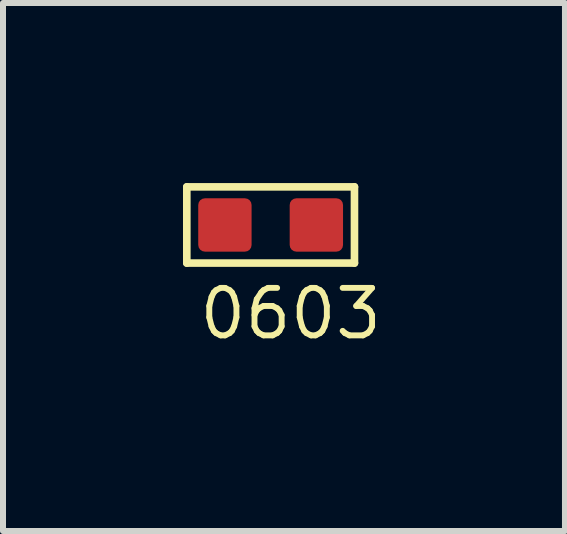
<source format=kicad_pcb>
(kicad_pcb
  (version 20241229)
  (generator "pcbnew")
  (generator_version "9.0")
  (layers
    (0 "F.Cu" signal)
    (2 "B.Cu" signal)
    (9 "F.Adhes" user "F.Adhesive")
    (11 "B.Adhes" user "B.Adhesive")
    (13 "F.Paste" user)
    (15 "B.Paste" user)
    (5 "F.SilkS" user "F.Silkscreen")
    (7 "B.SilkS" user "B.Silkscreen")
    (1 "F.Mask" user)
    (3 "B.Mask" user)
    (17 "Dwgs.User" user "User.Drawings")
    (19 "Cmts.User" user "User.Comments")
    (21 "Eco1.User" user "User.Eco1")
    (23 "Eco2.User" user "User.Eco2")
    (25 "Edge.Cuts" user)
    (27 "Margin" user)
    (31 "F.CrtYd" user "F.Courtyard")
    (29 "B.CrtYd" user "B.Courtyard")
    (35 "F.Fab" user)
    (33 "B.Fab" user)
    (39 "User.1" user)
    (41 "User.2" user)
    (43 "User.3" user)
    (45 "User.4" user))
  (footprint "0603"
    (layer "F.Cu")
    (at 1.46 0.699)
    (property "Reference" "0603" (at 1.905 1.016 0) (layer "F.SilkS") (effects (font (size 0.791 0.791) (thickness 0.098)) (justify right top)))
    (fp_line (start -1.397 -0.635) (end 1.397 -0.635) (stroke (width 0.127) (type solid)) (layer "F.SilkS"))
    (fp_line (start -1.397 0.635) (end -1.397 -0.635) (stroke (width 0.127) (type solid)) (layer "F.SilkS"))
    (fp_line (start 1.397 -0.635) (end 1.397 0.635) (stroke (width 0.127) (type solid)) (layer "F.SilkS"))
    (fp_line (start 1.397 0.635) (end -1.397 0.635) (stroke (width 0.127) (type solid)) (layer "F.SilkS"))
    (pad "1" smd roundrect (at -0.762 0) (size 0.889 0.889) (layers "F.Cu" "F.Mask" "F.Paste") (roundrect_rratio 0.125))
    (pad "2" smd roundrect (at 0.762 0) (size 0.889 0.889) (layers "F.Cu" "F.Mask" "F.Paste") (roundrect_rratio 0.125)))
  (gr_rect
    (start -3 -3)
    (end 6.365 5.799)
    (stroke (width 0.1) (type default))
    (fill no)
    (layer "Edge.Cuts")))
</source>
